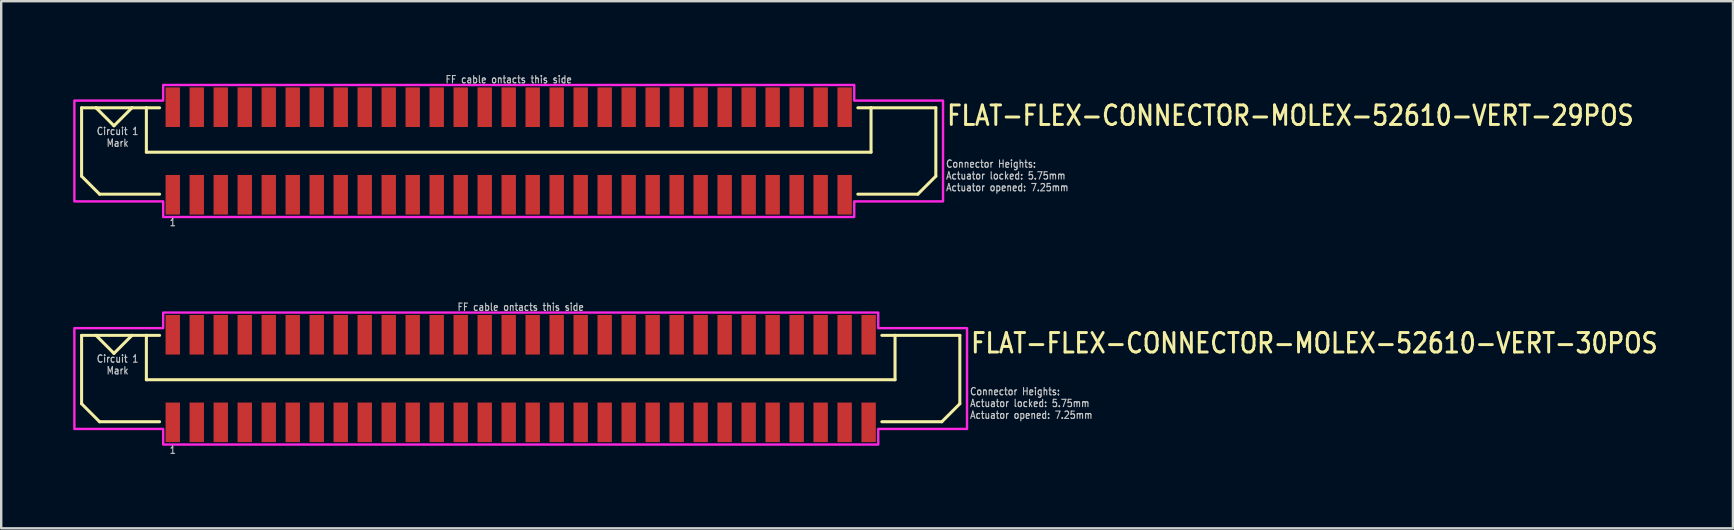
<source format=kicad_pcb>
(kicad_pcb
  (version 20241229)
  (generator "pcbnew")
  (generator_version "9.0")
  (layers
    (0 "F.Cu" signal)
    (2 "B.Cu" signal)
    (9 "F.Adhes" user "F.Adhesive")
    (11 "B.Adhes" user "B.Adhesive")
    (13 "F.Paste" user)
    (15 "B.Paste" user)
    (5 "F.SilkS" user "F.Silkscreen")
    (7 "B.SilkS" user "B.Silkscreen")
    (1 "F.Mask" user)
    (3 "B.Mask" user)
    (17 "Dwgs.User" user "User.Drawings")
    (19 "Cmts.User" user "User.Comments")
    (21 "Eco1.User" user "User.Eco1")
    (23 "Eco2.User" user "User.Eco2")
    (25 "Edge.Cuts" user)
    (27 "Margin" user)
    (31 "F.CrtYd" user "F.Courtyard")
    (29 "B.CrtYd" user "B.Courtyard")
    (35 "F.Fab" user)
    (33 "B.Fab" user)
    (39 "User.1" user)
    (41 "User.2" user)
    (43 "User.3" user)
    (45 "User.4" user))
  (footprint "FLAT-FLEX-CONNECTOR-MOLEX-52610-VERT-29POS"
    (layer "F.Cu")
    (at 18.15 3.242)
    (property "Reference" "FLAT-FLEX-CONNECTOR-MOLEX-52610-VERT-29POS" (at 18.2 -1 0) (unlocked yes) (layer "F.SilkS") (effects (font (size 0.813 0.695) (thickness 0.122)) (justify left bottom)))
    (fp_line (start -17.8 -1.8) (end -17.8 1.05) (stroke (width 0.127) (type solid)) (layer "F.SilkS"))
    (fp_line (start -17.8 1.05) (end -17.05 1.8) (stroke (width 0.127) (type solid)) (layer "F.SilkS"))
    (fp_line (start -17.2 -1.8) (end -17.8 -1.8) (stroke (width 0.127) (type solid)) (layer "F.SilkS"))
    (fp_line (start -17.2 -1.8) (end -16.45 -1.05) (stroke (width 0.127) (type solid)) (layer "F.SilkS"))
    (fp_line (start -17.05 1.8) (end -14.55 1.8) (stroke (width 0.127) (type solid)) (layer "F.SilkS"))
    (fp_line (start -16.45 -1.05) (end -15.7 -1.8) (stroke (width 0.127) (type solid)) (layer "F.SilkS"))
    (fp_line (start -15.7 -1.8) (end -17.2 -1.8) (stroke (width 0.127) (type solid)) (layer "F.SilkS"))
    (fp_line (start -15.1 -1.8) (end -15.7 -1.8) (stroke (width 0.127) (type solid)) (layer "F.SilkS"))
    (fp_line (start -15.1 -1.8) (end -15.1 0.05) (stroke (width 0.127) (type solid)) (layer "F.SilkS"))
    (fp_line (start -15.1 0.05) (end 15.1 0.05) (stroke (width 0.127) (type solid)) (layer "F.SilkS"))
    (fp_line (start -14.55 -1.8) (end -15.1 -1.8) (stroke (width 0.127) (type solid)) (layer "F.SilkS"))
    (fp_line (start 14.55 -1.8) (end 15.1 -1.8) (stroke (width 0.127) (type solid)) (layer "F.SilkS"))
    (fp_line (start 15.1 -1.8) (end 17.8 -1.8) (stroke (width 0.127) (type solid)) (layer "F.SilkS"))
    (fp_line (start 15.1 0.05) (end 15.1 -1.8) (stroke (width 0.127) (type solid)) (layer "F.SilkS"))
    (fp_line (start 17.05 1.8) (end 14.55 1.8) (stroke (width 0.127) (type solid)) (layer "F.SilkS"))
    (fp_line (start 17.8 -1.8) (end 17.8 1.05) (stroke (width 0.127) (type solid)) (layer "F.SilkS"))
    (fp_line (start 17.8 1.05) (end 17.05 1.8) (stroke (width 0.127) (type solid)) (layer "F.SilkS"))
    (fp_poly (pts (xy -18.1 -2.1) (xy -14.4 -2.1) (xy -14.4 -2.75) (xy 14.4 -2.75) (xy 14.4 -2.1) (xy 18.1 -2.1) (xy 18.1 2.1) (xy 14.4 2.1) (xy 14.4 2.75) (xy -14.4 2.75) (xy -14.4 2.1) (xy -18.1 2.1)) (stroke (width 0.1) (type solid)) (fill no) (layer "F.CrtYd"))
    (fp_text user "1" (at -14 2.8 0) (unlocked yes) (layer "Dwgs.User") (effects (font (size 0.305 0.261) (thickness 0.046)) (justify top)))
    (fp_text user "Circuit 1\nMark" (at -16.3 -1 0) (unlocked yes) (layer "Dwgs.User") (effects (font (size 0.305 0.261) (thickness 0.046)) (justify top)))
    (fp_text user "Connector Heights:\nActuator locked: 5.75mm\nActuator opened: 7.25mm" (at 18.2 1.7 0) (unlocked yes) (layer "Dwgs.User") (effects (font (size 0.305 0.261) (thickness 0.046)) (justify left bottom)))
    (fp_text user "FF cable ontacts this side" (at 0 -2.8 0) (unlocked yes) (layer "Dwgs.User") (effects (font (size 0.305 0.261) (thickness 0.046)) (justify bottom)))
    (pad "PC1" smd rect (at -14 -1.825) (size 0.6 1.65) (layers "F.Cu" "F.Mask" "F.Paste"))
    (pad "PC2" smd rect (at -13 -1.825) (size 0.6 1.65) (layers "F.Cu" "F.Mask" "F.Paste"))
    (pad "PC3" smd rect (at -12 -1.825) (size 0.6 1.65) (layers "F.Cu" "F.Mask" "F.Paste"))
    (pad "PC4" smd rect (at -11 -1.825) (size 0.6 1.65) (layers "F.Cu" "F.Mask" "F.Paste"))
    (pad "PC5" smd rect (at -10 -1.825) (size 0.6 1.65) (layers "F.Cu" "F.Mask" "F.Paste"))
    (pad "PC6" smd rect (at -9 -1.825) (size 0.6 1.65) (layers "F.Cu" "F.Mask" "F.Paste"))
    (pad "PC7" smd rect (at -8 -1.825) (size 0.6 1.65) (layers "F.Cu" "F.Mask" "F.Paste"))
    (pad "PC8" smd rect (at -7 -1.825) (size 0.6 1.65) (layers "F.Cu" "F.Mask" "F.Paste"))
    (pad "PC9" smd rect (at -6 -1.825) (size 0.6 1.65) (layers "F.Cu" "F.Mask" "F.Paste"))
    (pad "PC10" smd rect (at -5 -1.825) (size 0.6 1.65) (layers "F.Cu" "F.Mask" "F.Paste"))
    (pad "PC11" smd rect (at -4 -1.825) (size 0.6 1.65) (layers "F.Cu" "F.Mask" "F.Paste"))
    (pad "PC12" smd rect (at -3 -1.825) (size 0.6 1.65) (layers "F.Cu" "F.Mask" "F.Paste"))
    (pad "PC13" smd rect (at -2 -1.825) (size 0.6 1.65) (layers "F.Cu" "F.Mask" "F.Paste"))
    (pad "PC14" smd rect (at -1 -1.825) (size 0.6 1.65) (layers "F.Cu" "F.Mask" "F.Paste"))
    (pad "PC15" smd rect (at 0 -1.825) (size 0.6 1.65) (layers "F.Cu" "F.Mask" "F.Paste"))
    (pad "PC16" smd rect (at 1 -1.825) (size 0.6 1.65) (layers "F.Cu" "F.Mask" "F.Paste"))
    (pad "PC17" smd rect (at 2 -1.825) (size 0.6 1.65) (layers "F.Cu" "F.Mask" "F.Paste"))
    (pad "PC18" smd rect (at 3 -1.825) (size 0.6 1.65) (layers "F.Cu" "F.Mask" "F.Paste"))
    (pad "PC19" smd rect (at 4 -1.825) (size 0.6 1.65) (layers "F.Cu" "F.Mask" "F.Paste"))
    (pad "PC20" smd rect (at 5 -1.825) (size 0.6 1.65) (layers "F.Cu" "F.Mask" "F.Paste"))
    (pad "PC21" smd rect (at 6 -1.825) (size 0.6 1.65) (layers "F.Cu" "F.Mask" "F.Paste"))
    (pad "PC22" smd rect (at 7 -1.825) (size 0.6 1.65) (layers "F.Cu" "F.Mask" "F.Paste"))
    (pad "PC23" smd rect (at 8 -1.825) (size 0.6 1.65) (layers "F.Cu" "F.Mask" "F.Paste"))
    (pad "PC24" smd rect (at 9 -1.825) (size 0.6 1.65) (layers "F.Cu" "F.Mask" "F.Paste"))
    (pad "PC25" smd rect (at 10 -1.825) (size 0.6 1.65) (layers "F.Cu" "F.Mask" "F.Paste"))
    (pad "PC26" smd rect (at 11 -1.825) (size 0.6 1.65) (layers "F.Cu" "F.Mask" "F.Paste"))
    (pad "PC27" smd rect (at 12 -1.825) (size 0.6 1.65) (layers "F.Cu" "F.Mask" "F.Paste"))
    (pad "PC28" smd rect (at 13 -1.825) (size 0.6 1.65) (layers "F.Cu" "F.Mask" "F.Paste"))
    (pad "PC29" smd rect (at 14 -1.825) (size 0.6 1.65) (layers "F.Cu" "F.Mask" "F.Paste"))
    (pad "PS1" smd rect (at -14 1.825) (size 0.6 1.65) (layers "F.Cu" "F.Mask" "F.Paste"))
    (pad "PS2" smd rect (at -13 1.825) (size 0.6 1.65) (layers "F.Cu" "F.Mask" "F.Paste"))
    (pad "PS3" smd rect (at -12 1.825) (size 0.6 1.65) (layers "F.Cu" "F.Mask" "F.Paste"))
    (pad "PS4" smd rect (at -11 1.825) (size 0.6 1.65) (layers "F.Cu" "F.Mask" "F.Paste"))
    (pad "PS5" smd rect (at -10 1.825) (size 0.6 1.65) (layers "F.Cu" "F.Mask" "F.Paste"))
    (pad "PS6" smd rect (at -9 1.825) (size 0.6 1.65) (layers "F.Cu" "F.Mask" "F.Paste"))
    (pad "PS7" smd rect (at -8 1.825) (size 0.6 1.65) (layers "F.Cu" "F.Mask" "F.Paste"))
    (pad "PS8" smd rect (at -7 1.825) (size 0.6 1.65) (layers "F.Cu" "F.Mask" "F.Paste"))
    (pad "PS9" smd rect (at -6 1.825) (size 0.6 1.65) (layers "F.Cu" "F.Mask" "F.Paste"))
    (pad "PS10" smd rect (at -5 1.825) (size 0.6 1.65) (layers "F.Cu" "F.Mask" "F.Paste"))
    (pad "PS11" smd rect (at -4 1.825) (size 0.6 1.65) (layers "F.Cu" "F.Mask" "F.Paste"))
    (pad "PS12" smd rect (at -3 1.825) (size 0.6 1.65) (layers "F.Cu" "F.Mask" "F.Paste"))
    (pad "PS13" smd rect (at -2 1.825) (size 0.6 1.65) (layers "F.Cu" "F.Mask" "F.Paste"))
    (pad "PS14" smd rect (at -1 1.825) (size 0.6 1.65) (layers "F.Cu" "F.Mask" "F.Paste"))
    (pad "PS15" smd rect (at 0 1.825) (size 0.6 1.65) (layers "F.Cu" "F.Mask" "F.Paste"))
    (pad "PS16" smd rect (at 1 1.825) (size 0.6 1.65) (layers "F.Cu" "F.Mask" "F.Paste"))
    (pad "PS17" smd rect (at 2 1.825) (size 0.6 1.65) (layers "F.Cu" "F.Mask" "F.Paste"))
    (pad "PS18" smd rect (at 3 1.825) (size 0.6 1.65) (layers "F.Cu" "F.Mask" "F.Paste"))
    (pad "PS19" smd rect (at 4 1.825) (size 0.6 1.65) (layers "F.Cu" "F.Mask" "F.Paste"))
    (pad "PS20" smd rect (at 5 1.825) (size 0.6 1.65) (layers "F.Cu" "F.Mask" "F.Paste"))
    (pad "PS21" smd rect (at 6 1.825) (size 0.6 1.65) (layers "F.Cu" "F.Mask" "F.Paste"))
    (pad "PS22" smd rect (at 7 1.825) (size 0.6 1.65) (layers "F.Cu" "F.Mask" "F.Paste"))
    (pad "PS23" smd rect (at 8 1.825) (size 0.6 1.65) (layers "F.Cu" "F.Mask" "F.Paste"))
    (pad "PS24" smd rect (at 9 1.825) (size 0.6 1.65) (layers "F.Cu" "F.Mask" "F.Paste"))
    (pad "PS25" smd rect (at 10 1.825) (size 0.6 1.65) (layers "F.Cu" "F.Mask" "F.Paste"))
    (pad "PS26" smd rect (at 11 1.825) (size 0.6 1.65) (layers "F.Cu" "F.Mask" "F.Paste"))
    (pad "PS27" smd rect (at 12 1.825) (size 0.6 1.65) (layers "F.Cu" "F.Mask" "F.Paste"))
    (pad "PS28" smd rect (at 13 1.825) (size 0.6 1.65) (layers "F.Cu" "F.Mask" "F.Paste"))
    (pad "PS29" smd rect (at 14 1.825) (size 0.6 1.65) (layers "F.Cu" "F.Mask" "F.Paste")))
  (footprint "FLAT-FLEX-CONNECTOR-MOLEX-52610-VERT-30POS"
    (layer "F.Cu")
    (at 18.65 12.726)
    (property "Reference" "FLAT-FLEX-CONNECTOR-MOLEX-52610-VERT-30POS" (at 18.7 -1 0) (unlocked yes) (layer "F.SilkS") (effects (font (size 0.813 0.695) (thickness 0.122)) (justify left bottom)))
    (fp_line (start -18.3 -1.8) (end -18.3 1.05) (stroke (width 0.127) (type solid)) (layer "F.SilkS"))
    (fp_line (start -18.3 1.05) (end -17.55 1.8) (stroke (width 0.127) (type solid)) (layer "F.SilkS"))
    (fp_line (start -17.7 -1.8) (end -18.3 -1.8) (stroke (width 0.127) (type solid)) (layer "F.SilkS"))
    (fp_line (start -17.7 -1.8) (end -16.95 -1.05) (stroke (width 0.127) (type solid)) (layer "F.SilkS"))
    (fp_line (start -17.55 1.8) (end -15.05 1.8) (stroke (width 0.127) (type solid)) (layer "F.SilkS"))
    (fp_line (start -16.95 -1.05) (end -16.2 -1.8) (stroke (width 0.127) (type solid)) (layer "F.SilkS"))
    (fp_line (start -16.2 -1.8) (end -17.7 -1.8) (stroke (width 0.127) (type solid)) (layer "F.SilkS"))
    (fp_line (start -15.6 -1.8) (end -16.2 -1.8) (stroke (width 0.127) (type solid)) (layer "F.SilkS"))
    (fp_line (start -15.6 -1.8) (end -15.6 0.05) (stroke (width 0.127) (type solid)) (layer "F.SilkS"))
    (fp_line (start -15.6 0.05) (end 15.6 0.05) (stroke (width 0.127) (type solid)) (layer "F.SilkS"))
    (fp_line (start -15.05 -1.8) (end -15.6 -1.8) (stroke (width 0.127) (type solid)) (layer "F.SilkS"))
    (fp_line (start 15.05 -1.8) (end 15.6 -1.8) (stroke (width 0.127) (type solid)) (layer "F.SilkS"))
    (fp_line (start 15.6 -1.8) (end 18.3 -1.8) (stroke (width 0.127) (type solid)) (layer "F.SilkS"))
    (fp_line (start 15.6 0.05) (end 15.6 -1.8) (stroke (width 0.127) (type solid)) (layer "F.SilkS"))
    (fp_line (start 17.55 1.8) (end 15.05 1.8) (stroke (width 0.127) (type solid)) (layer "F.SilkS"))
    (fp_line (start 18.3 -1.8) (end 18.3 1.05) (stroke (width 0.127) (type solid)) (layer "F.SilkS"))
    (fp_line (start 18.3 1.05) (end 17.55 1.8) (stroke (width 0.127) (type solid)) (layer "F.SilkS"))
    (fp_poly (pts (xy -18.6 -2.1) (xy -14.9 -2.1) (xy -14.9 -2.75) (xy 14.9 -2.75) (xy 14.9 -2.1) (xy 18.6 -2.1) (xy 18.6 2.1) (xy 14.9 2.1) (xy 14.9 2.75) (xy -14.9 2.75) (xy -14.9 2.1) (xy -18.6 2.1)) (stroke (width 0.1) (type solid)) (fill no) (layer "F.CrtYd"))
    (fp_text user "FF cable ontacts this side" (at 0 -2.8 0) (unlocked yes) (layer "Dwgs.User") (effects (font (size 0.305 0.261) (thickness 0.046)) (justify bottom)))
    (fp_text user "Circuit 1\nMark" (at -16.8 -1 0) (unlocked yes) (layer "Dwgs.User") (effects (font (size 0.305 0.261) (thickness 0.046)) (justify top)))
    (fp_text user "1" (at -14.5 2.8 0) (unlocked yes) (layer "Dwgs.User") (effects (font (size 0.305 0.261) (thickness 0.046)) (justify top)))
    (fp_text user "Connector Heights:\nActuator locked: 5.75mm\nActuator opened: 7.25mm" (at 18.7 1.7 0) (unlocked yes) (layer "Dwgs.User") (effects (font (size 0.305 0.261) (thickness 0.046)) (justify left bottom)))
    (pad "PC1" smd rect (at -14.5 -1.825) (size 0.6 1.65) (layers "F.Cu" "F.Mask" "F.Paste"))
    (pad "PC2" smd rect (at -13.5 -1.825) (size 0.6 1.65) (layers "F.Cu" "F.Mask" "F.Paste"))
    (pad "PC3" smd rect (at -12.5 -1.825) (size 0.6 1.65) (layers "F.Cu" "F.Mask" "F.Paste"))
    (pad "PC4" smd rect (at -11.5 -1.825) (size 0.6 1.65) (layers "F.Cu" "F.Mask" "F.Paste"))
    (pad "PC5" smd rect (at -10.5 -1.825) (size 0.6 1.65) (layers "F.Cu" "F.Mask" "F.Paste"))
    (pad "PC6" smd rect (at -9.5 -1.825) (size 0.6 1.65) (layers "F.Cu" "F.Mask" "F.Paste"))
    (pad "PC7" smd rect (at -8.5 -1.825) (size 0.6 1.65) (layers "F.Cu" "F.Mask" "F.Paste"))
    (pad "PC8" smd rect (at -7.5 -1.825) (size 0.6 1.65) (layers "F.Cu" "F.Mask" "F.Paste"))
    (pad "PC9" smd rect (at -6.5 -1.825) (size 0.6 1.65) (layers "F.Cu" "F.Mask" "F.Paste"))
    (pad "PC10" smd rect (at -5.5 -1.825) (size 0.6 1.65) (layers "F.Cu" "F.Mask" "F.Paste"))
    (pad "PC11" smd rect (at -4.5 -1.825) (size 0.6 1.65) (layers "F.Cu" "F.Mask" "F.Paste"))
    (pad "PC12" smd rect (at -3.5 -1.825) (size 0.6 1.65) (layers "F.Cu" "F.Mask" "F.Paste"))
    (pad "PC13" smd rect (at -2.5 -1.825) (size 0.6 1.65) (layers "F.Cu" "F.Mask" "F.Paste"))
    (pad "PC14" smd rect (at -1.5 -1.825) (size 0.6 1.65) (layers "F.Cu" "F.Mask" "F.Paste"))
    (pad "PC15" smd rect (at -0.5 -1.825) (size 0.6 1.65) (layers "F.Cu" "F.Mask" "F.Paste"))
    (pad "PC16" smd rect (at 0.5 -1.825) (size 0.6 1.65) (layers "F.Cu" "F.Mask" "F.Paste"))
    (pad "PC17" smd rect (at 1.5 -1.825) (size 0.6 1.65) (layers "F.Cu" "F.Mask" "F.Paste"))
    (pad "PC18" smd rect (at 2.5 -1.825) (size 0.6 1.65) (layers "F.Cu" "F.Mask" "F.Paste"))
    (pad "PC19" smd rect (at 3.5 -1.825) (size 0.6 1.65) (layers "F.Cu" "F.Mask" "F.Paste"))
    (pad "PC20" smd rect (at 4.5 -1.825) (size 0.6 1.65) (layers "F.Cu" "F.Mask" "F.Paste"))
    (pad "PC21" smd rect (at 5.5 -1.825) (size 0.6 1.65) (layers "F.Cu" "F.Mask" "F.Paste"))
    (pad "PC22" smd rect (at 6.5 -1.825) (size 0.6 1.65) (layers "F.Cu" "F.Mask" "F.Paste"))
    (pad "PC23" smd rect (at 7.5 -1.825) (size 0.6 1.65) (layers "F.Cu" "F.Mask" "F.Paste"))
    (pad "PC24" smd rect (at 8.5 -1.825) (size 0.6 1.65) (layers "F.Cu" "F.Mask" "F.Paste"))
    (pad "PC25" smd rect (at 9.5 -1.825) (size 0.6 1.65) (layers "F.Cu" "F.Mask" "F.Paste"))
    (pad "PC26" smd rect (at 10.5 -1.825) (size 0.6 1.65) (layers "F.Cu" "F.Mask" "F.Paste"))
    (pad "PC27" smd rect (at 11.5 -1.825) (size 0.6 1.65) (layers "F.Cu" "F.Mask" "F.Paste"))
    (pad "PC28" smd rect (at 12.5 -1.825) (size 0.6 1.65) (layers "F.Cu" "F.Mask" "F.Paste"))
    (pad "PC29" smd rect (at 13.5 -1.825) (size 0.6 1.65) (layers "F.Cu" "F.Mask" "F.Paste"))
    (pad "PC30" smd rect (at 14.5 -1.825) (size 0.6 1.65) (layers "F.Cu" "F.Mask" "F.Paste"))
    (pad "PS1" smd rect (at -14.5 1.825) (size 0.6 1.65) (layers "F.Cu" "F.Mask" "F.Paste"))
    (pad "PS2" smd rect (at -13.5 1.825) (size 0.6 1.65) (layers "F.Cu" "F.Mask" "F.Paste"))
    (pad "PS3" smd rect (at -12.5 1.825) (size 0.6 1.65) (layers "F.Cu" "F.Mask" "F.Paste"))
    (pad "PS4" smd rect (at -11.5 1.825) (size 0.6 1.65) (layers "F.Cu" "F.Mask" "F.Paste"))
    (pad "PS5" smd rect (at -10.5 1.825) (size 0.6 1.65) (layers "F.Cu" "F.Mask" "F.Paste"))
    (pad "PS6" smd rect (at -9.5 1.825) (size 0.6 1.65) (layers "F.Cu" "F.Mask" "F.Paste"))
    (pad "PS7" smd rect (at -8.5 1.825) (size 0.6 1.65) (layers "F.Cu" "F.Mask" "F.Paste"))
    (pad "PS8" smd rect (at -7.5 1.825) (size 0.6 1.65) (layers "F.Cu" "F.Mask" "F.Paste"))
    (pad "PS9" smd rect (at -6.5 1.825) (size 0.6 1.65) (layers "F.Cu" "F.Mask" "F.Paste"))
    (pad "PS10" smd rect (at -5.5 1.825) (size 0.6 1.65) (layers "F.Cu" "F.Mask" "F.Paste"))
    (pad "PS11" smd rect (at -4.5 1.825) (size 0.6 1.65) (layers "F.Cu" "F.Mask" "F.Paste"))
    (pad "PS12" smd rect (at -3.5 1.825) (size 0.6 1.65) (layers "F.Cu" "F.Mask" "F.Paste"))
    (pad "PS13" smd rect (at -2.5 1.825) (size 0.6 1.65) (layers "F.Cu" "F.Mask" "F.Paste"))
    (pad "PS14" smd rect (at -1.5 1.825) (size 0.6 1.65) (layers "F.Cu" "F.Mask" "F.Paste"))
    (pad "PS15" smd rect (at -0.5 1.825) (size 0.6 1.65) (layers "F.Cu" "F.Mask" "F.Paste"))
    (pad "PS16" smd rect (at 0.5 1.825) (size 0.6 1.65) (layers "F.Cu" "F.Mask" "F.Paste"))
    (pad "PS17" smd rect (at 1.5 1.825) (size 0.6 1.65) (layers "F.Cu" "F.Mask" "F.Paste"))
    (pad "PS18" smd rect (at 2.5 1.825) (size 0.6 1.65) (layers "F.Cu" "F.Mask" "F.Paste"))
    (pad "PS19" smd rect (at 3.5 1.825) (size 0.6 1.65) (layers "F.Cu" "F.Mask" "F.Paste"))
    (pad "PS20" smd rect (at 4.5 1.825) (size 0.6 1.65) (layers "F.Cu" "F.Mask" "F.Paste"))
    (pad "PS21" smd rect (at 5.5 1.825) (size 0.6 1.65) (layers "F.Cu" "F.Mask" "F.Paste"))
    (pad "PS22" smd rect (at 6.5 1.825) (size 0.6 1.65) (layers "F.Cu" "F.Mask" "F.Paste"))
    (pad "PS23" smd rect (at 7.5 1.825) (size 0.6 1.65) (layers "F.Cu" "F.Mask" "F.Paste"))
    (pad "PS24" smd rect (at 8.5 1.825) (size 0.6 1.65) (layers "F.Cu" "F.Mask" "F.Paste"))
    (pad "PS25" smd rect (at 9.5 1.825) (size 0.6 1.65) (layers "F.Cu" "F.Mask" "F.Paste"))
    (pad "PS26" smd rect (at 10.5 1.825) (size 0.6 1.65) (layers "F.Cu" "F.Mask" "F.Paste"))
    (pad "PS27" smd rect (at 11.5 1.825) (size 0.6 1.65) (layers "F.Cu" "F.Mask" "F.Paste"))
    (pad "PS28" smd rect (at 12.5 1.825) (size 0.6 1.65) (layers "F.Cu" "F.Mask" "F.Paste"))
    (pad "PS29" smd rect (at 13.5 1.825) (size 0.6 1.65) (layers "F.Cu" "F.Mask" "F.Paste"))
    (pad "PS30" smd rect (at 14.5 1.825) (size 0.6 1.65) (layers "F.Cu" "F.Mask" "F.Paste")))
  (gr_rect
    (start -3 -3)
    (end 69.169 18.968)
    (stroke (width 0.1) (type default))
    (fill no)
    (layer "Edge.Cuts")))
</source>
